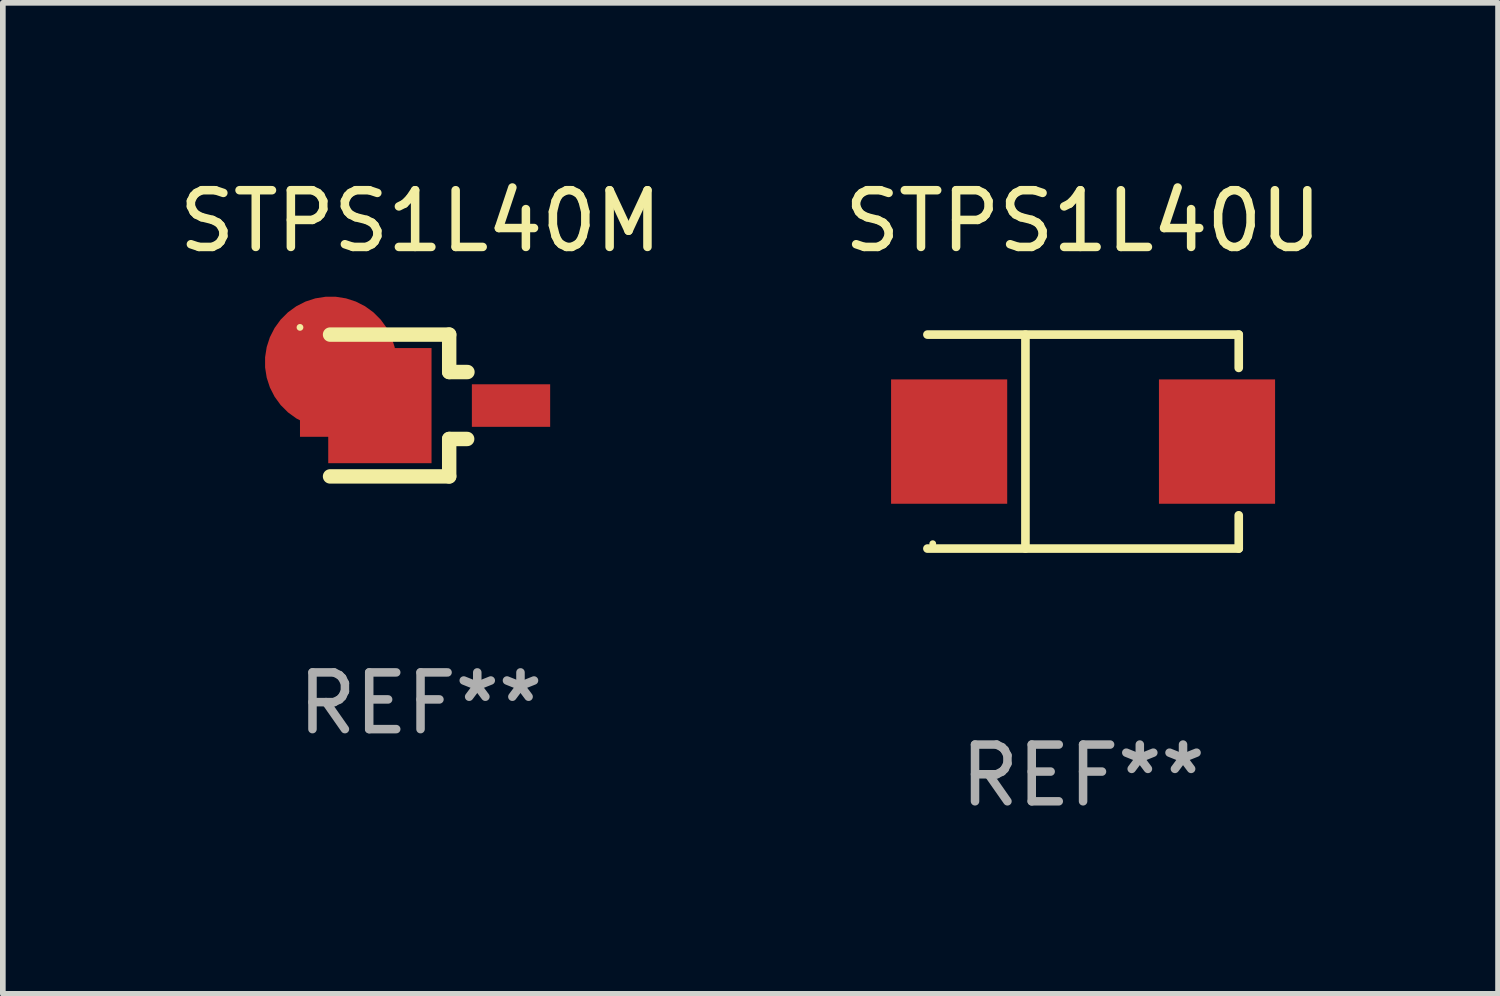
<source format=kicad_pcb>
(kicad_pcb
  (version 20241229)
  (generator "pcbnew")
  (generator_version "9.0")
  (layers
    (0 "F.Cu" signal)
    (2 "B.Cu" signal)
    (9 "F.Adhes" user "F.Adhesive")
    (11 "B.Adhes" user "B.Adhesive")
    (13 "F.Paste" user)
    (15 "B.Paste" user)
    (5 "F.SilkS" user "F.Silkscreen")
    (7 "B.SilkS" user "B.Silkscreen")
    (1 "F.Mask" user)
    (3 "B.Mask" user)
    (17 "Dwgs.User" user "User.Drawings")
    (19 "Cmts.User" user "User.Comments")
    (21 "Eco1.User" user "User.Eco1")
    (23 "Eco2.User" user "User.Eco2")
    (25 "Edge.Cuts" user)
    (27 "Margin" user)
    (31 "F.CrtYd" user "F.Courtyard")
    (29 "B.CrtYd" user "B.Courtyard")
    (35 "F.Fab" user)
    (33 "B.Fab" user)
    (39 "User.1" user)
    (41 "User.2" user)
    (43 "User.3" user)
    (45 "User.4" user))
  (footprint "STPS1L40U"
    (layer "F.Cu")
    (at 16.042 4.734)
    (property "Reference" "STPS1L40U" (at 0 -3.886 0) (layer "F.SilkS") (effects (font (size 1 1) (thickness 0.15))))
    (attr through_hole)
    (fp_line (start -2.744 -1.886) (end 2.744 -1.886) (stroke (width 0.152) (type solid)) (layer "F.SilkS"))
    (fp_line (start -2.744 1.886) (end 2.744 1.886) (stroke (width 0.152) (type solid)) (layer "F.SilkS"))
    (fp_line (start -1.016 -1.886) (end -1.016 1.886) (stroke (width 0.152) (type solid)) (layer "F.SilkS"))
    (fp_line (start 2.744 -1.886) (end 2.744 -1.299) (stroke (width 0.152) (type solid)) (layer "F.SilkS"))
    (fp_line (start 2.744 1.886) (end 2.744 1.299) (stroke (width 0.152) (type solid)) (layer "F.SilkS"))
    (fp_circle (center -2.65 1.8) (end -2.62 1.8) (stroke (width 0.06) (type solid)) (fill no) (layer "F.SilkS"))
    (fp_text user "REF**" (at 0 5.886 0) (layer "F.Fab") (effects (font (size 1 1) (thickness 0.15))))
    (pad "1" smd rect (at -2.361 0) (size 2.047 2.192) (layers "F.Cu" "F.Mask" "F.Paste"))
    (pad "2" smd rect (at 2.361 0) (size 2.047 2.192) (layers "F.Cu" "F.Mask" "F.Paste")))
  (footprint "STPS1L40M"
    (layer "F.Cu")
    (at 4.363 4.098)
    (property "Reference" "STPS1L40M" (at 0 -3.25 0) (layer "F.SilkS") (effects (font (size 1 1) (thickness 0.15))))
    (attr through_hole)
    (fp_line (start -1.595 -1.25) (end 0.505 -1.25) (stroke (width 0.254) (type solid)) (layer "F.SilkS"))
    (fp_line (start -1.595 1.25) (end 0.505 1.25) (stroke (width 0.254) (type solid)) (layer "F.SilkS"))
    (fp_line (start 0.505 -1.25) (end 0.505 -0.59) (stroke (width 0.254) (type solid)) (layer "F.SilkS"))
    (fp_line (start 0.505 -0.59) (end 0.827 -0.59) (stroke (width 0.254) (type solid)) (layer "F.SilkS"))
    (fp_line (start 0.505 0.59) (end 0.822 0.59) (stroke (width 0.254) (type solid)) (layer "F.SilkS"))
    (fp_line (start 0.505 1.25) (end 0.505 0.59) (stroke (width 0.254) (type solid)) (layer "F.SilkS"))
    (fp_circle (center -2.125 -1.377) (end -2.095 -1.377) (stroke (width 0.06) (type solid)) (fill no) (layer "F.SilkS"))
    (fp_text user "REF**" (at 0 5.25 0) (layer "F.Fab") (effects (font (size 1 1) (thickness 0.15))))
    (pad "1" smd custom (at -1.584 -0.761) (size 2.319 2.029) (layers "F.Cu" "F.Mask" "F.Paste") (options (anchor circle)) (primitives (gr_poly (pts (xy -0.541 0.213) (xy -0.043 0.213) (xy -0.043 -0.251) (xy 1.778 -0.251) (xy 1.778 1.778) (xy -0.043 1.778) (xy -0.043 1.313) (xy -0.541 1.313)) (width 0) (fill yes))))
    (pad "2" smd rect (at 1.595 0.001) (size 1.38 0.75) (layers "F.Cu" "F.Mask" "F.Paste")))
  (gr_rect
    (start -3 -3)
    (end 23.357 14.469)
    (stroke (width 0.1) (type default))
    (fill no)
    (layer "Edge.Cuts")))
</source>
